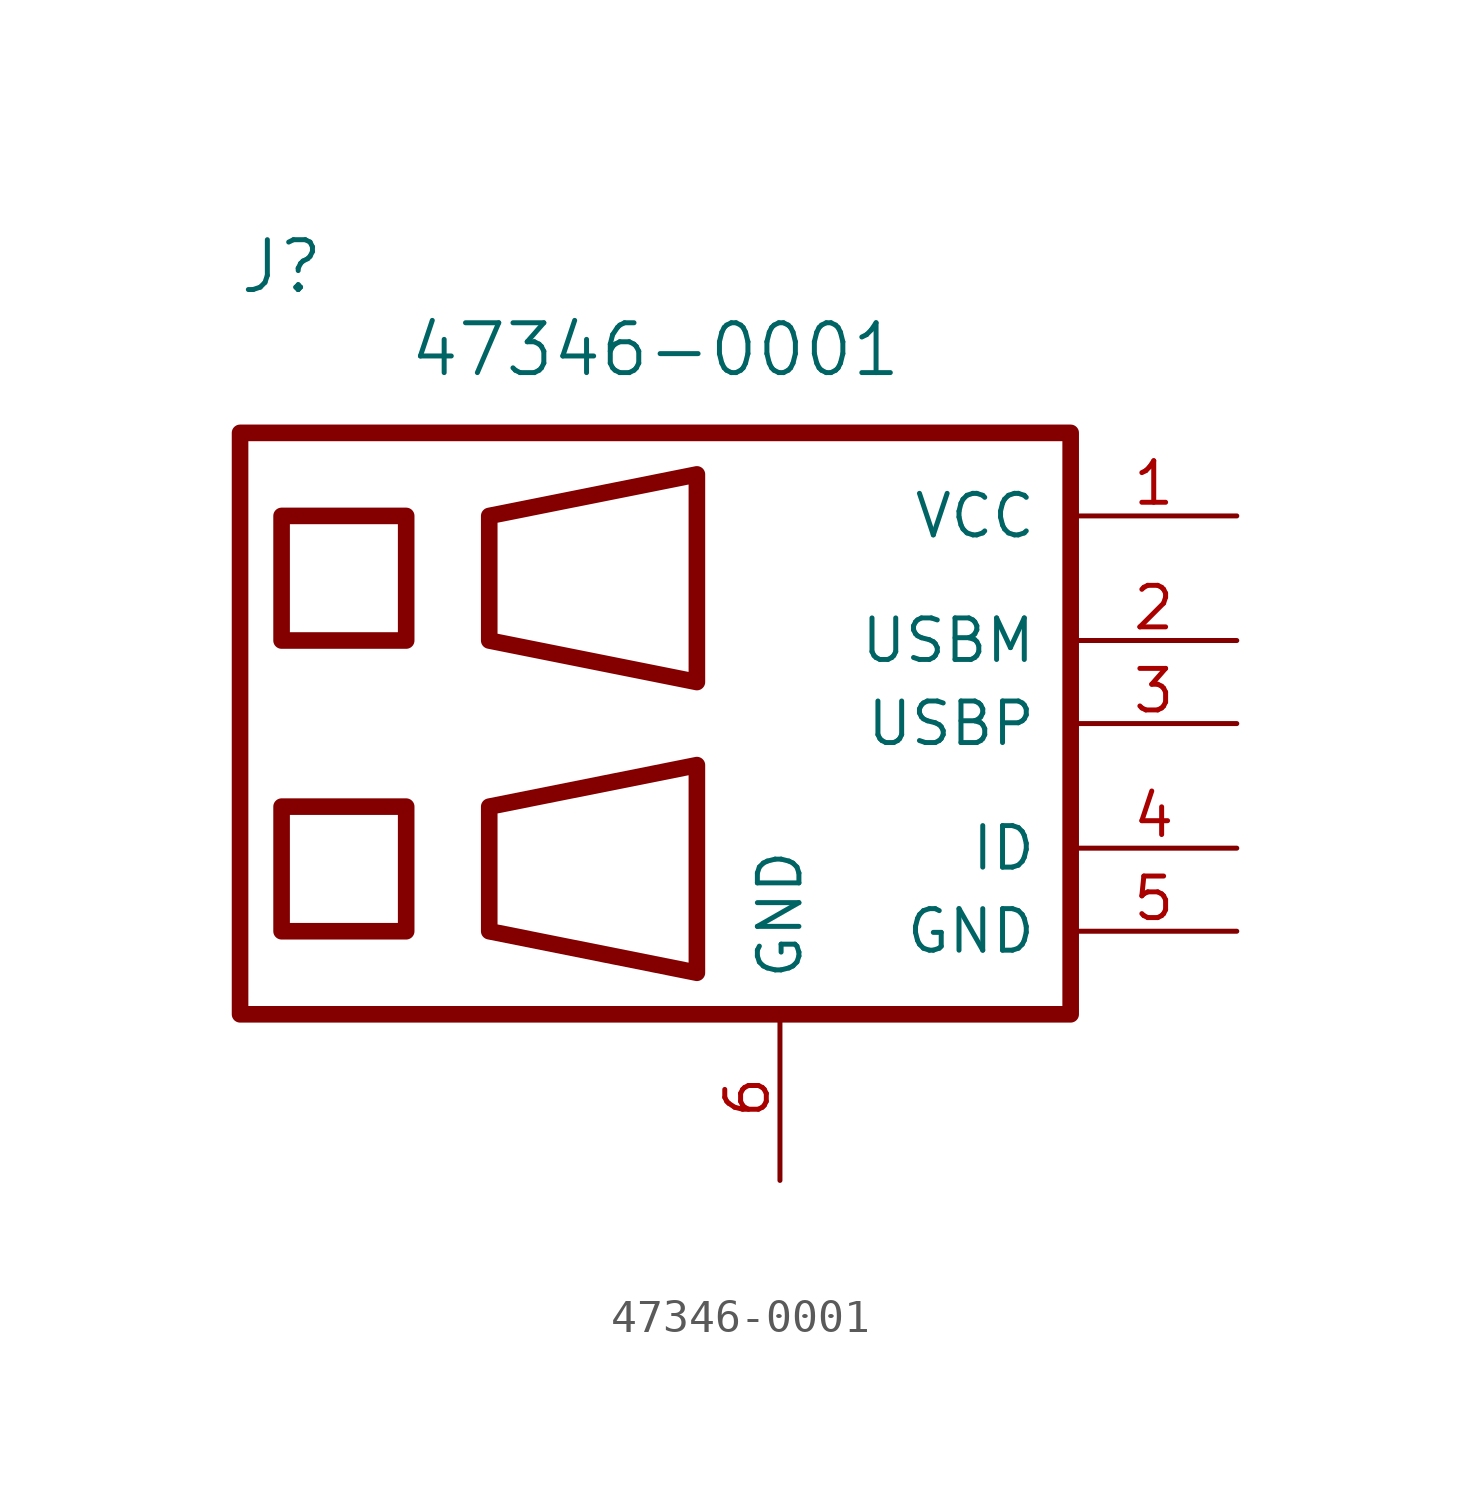
<source format=kicad_sym>
(kicad_symbol_lib
  (version 20211014)
  (generator kicad_symbol_editor)
  (symbol "47346-0001"
    (pin_names
      (offset 1.016))
    (property "Reference" "J"
      (at -11.43 13.97 0)
      (effects (font (size 1.524 1.524))))
    (property "Value" "47346-0001"
      (at 0 11.43 0)
      (effects (font (size 1.524 1.524))))
    (symbol "47346-0001_0_1"
      (polyline (pts (xy -7.62 -2.54) (xy -7.62 -6.35) (xy -11.43 -6.35) (xy -11.43 -2.54) (xy -7.62 -2.54)) (stroke (width 0.508) (type default) (color 0 0 0 0)) (fill (type none)))
      (polyline (pts (xy -7.62 6.35) (xy -7.62 2.54) (xy -11.43 2.54) (xy -11.43 6.35) (xy -7.62 6.35)) (stroke (width 0.508) (type default) (color 0 0 0 0)) (fill (type none)))
      (polyline (pts (xy 1.27 -1.27) (xy 1.27 -7.62) (xy -5.08 -6.35) (xy -5.08 -2.54) (xy 1.27 -1.27)) (stroke (width 0.508) (type default) (color 0 0 0 0)) (fill (type none)))
      (polyline (pts (xy 1.27 7.62) (xy 1.27 1.27) (xy -5.08 2.54) (xy -5.08 6.35) (xy 1.27 7.62)) (stroke (width 0.508) (type default) (color 0 0 0 0)) (fill (type none)))
      (rectangle (start 12.7 -8.89) (end -12.7 8.89) (stroke (width 0.508) (type default) (color 0 0 0 0)) (fill (type none))))
    (symbol "47346-0001_1_1"
      (pin power_out line (at 17.78 6.35 180) (length 5.08) (name "VCC" (effects (font (size 1.27 1.27)))) (number "1" (effects (font (size 1.27 1.27)))))
      (pin bidirectional line (at 17.78 2.54 180) (length 5.08) (name "USBM" (effects (font (size 1.27 1.27)))) (number "2" (effects (font (size 1.27 1.27)))))
      (pin bidirectional line (at 17.78 0 180) (length 5.08) (name "USBP" (effects (font (size 1.27 1.27)))) (number "3" (effects (font (size 1.27 1.27)))))
      (pin passive line (at 17.78 -3.81 180) (length 5.08) (name "ID" (effects (font (size 1.27 1.27)))) (number "4" (effects (font (size 1.27 1.27)))))
      (pin power_in line (at 17.78 -6.35 180) (length 5.08) (name "GND" (effects (font (size 1.27 1.27)))) (number "5" (effects (font (size 1.27 1.27)))))
      (pin power_in line (at 3.81 -13.97 90) (length 5.08) (name "GND" (effects (font (size 1.27 1.27)))) (number "6" (effects (font (size 1.27 1.27))))))))
</source>
